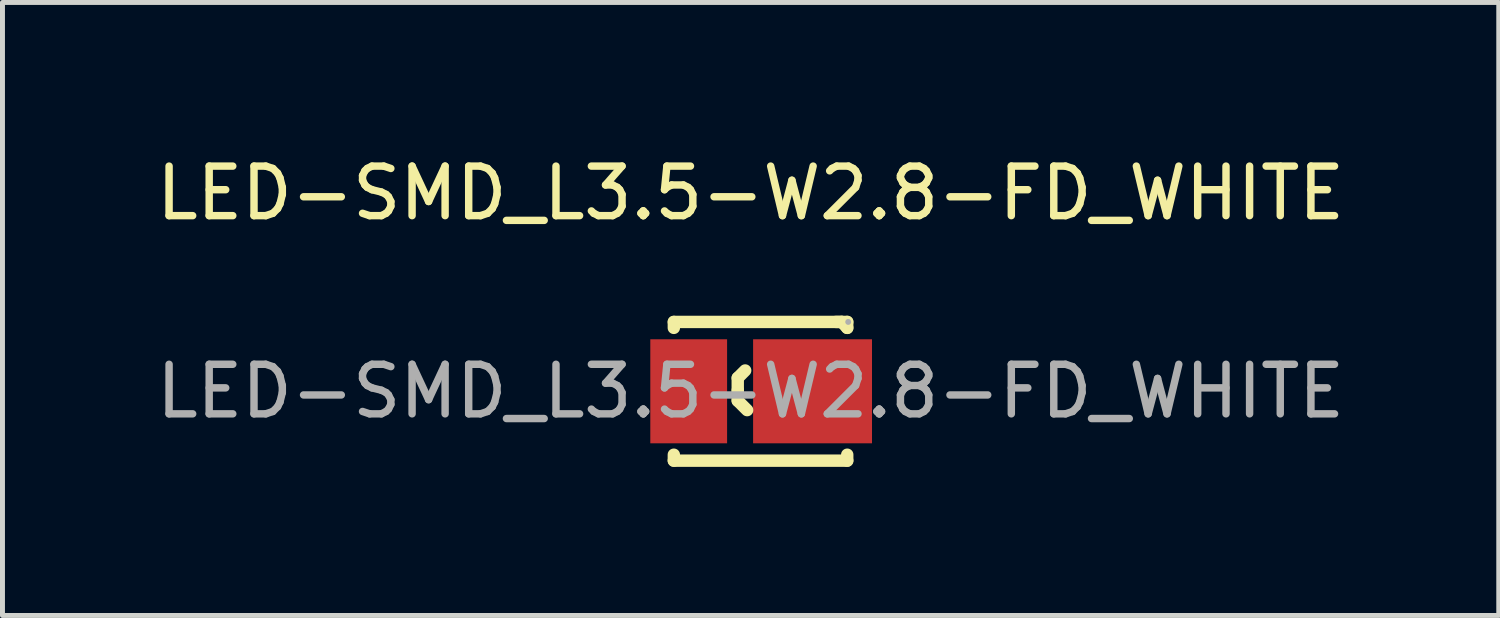
<source format=kicad_pcb>
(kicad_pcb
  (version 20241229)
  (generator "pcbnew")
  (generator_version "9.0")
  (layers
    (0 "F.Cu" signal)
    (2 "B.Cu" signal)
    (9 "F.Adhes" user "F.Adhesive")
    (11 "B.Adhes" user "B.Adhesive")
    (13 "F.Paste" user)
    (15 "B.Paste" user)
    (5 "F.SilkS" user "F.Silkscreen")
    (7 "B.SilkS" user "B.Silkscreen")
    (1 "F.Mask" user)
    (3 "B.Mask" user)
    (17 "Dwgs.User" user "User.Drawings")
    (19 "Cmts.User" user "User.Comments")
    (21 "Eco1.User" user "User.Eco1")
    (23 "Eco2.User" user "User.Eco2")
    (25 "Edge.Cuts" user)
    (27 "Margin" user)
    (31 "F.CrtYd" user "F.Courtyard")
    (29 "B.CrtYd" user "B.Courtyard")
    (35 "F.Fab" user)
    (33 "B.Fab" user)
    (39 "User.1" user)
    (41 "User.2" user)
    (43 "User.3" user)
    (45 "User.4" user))
  (footprint "LED-SMD_L3.5-W2.8-FD_WHITE"
    (layer "F.Cu")
    (at 12.101 4.848)
    (property "Reference" "LED-SMD_L3.5-W2.8-FD_WHITE" (at 0 -4 0) (layer "F.SilkS") (effects (font (size 1 1) (thickness 0.15))))
    (attr smd)
    (fp_line (start -1.55 -1.4) (end -1.55 -1.28) (stroke (width 0.25) (type solid)) (layer "F.SilkS"))
    (fp_line (start -1.55 1.28) (end -1.55 1.4) (stroke (width 0.25) (type solid)) (layer "F.SilkS"))
    (fp_line (start -1.55 1.4) (end 1.95 1.4) (stroke (width 0.25) (type solid)) (layer "F.SilkS"))
    (fp_line (start -0.26 -0.27) (end -0.11 -0.42) (stroke (width 0.25) (type solid)) (layer "F.SilkS"))
    (fp_line (start -0.26 -0.02) (end -0.26 -0.27) (stroke (width 0.25) (type solid)) (layer "F.SilkS"))
    (fp_line (start -0.26 0.19) (end -0.26 -0.02) (stroke (width 0.25) (type solid)) (layer "F.SilkS"))
    (fp_line (start -0.07 0.38) (end -0.26 0.19) (stroke (width 0.25) (type solid)) (layer "F.SilkS"))
    (fp_line (start 1.72 -1.4) (end 1.84 -1.4) (stroke (width 0.25) (type solid)) (layer "F.SilkS"))
    (fp_line (start 1.84 -1.4) (end 1.95 -1.28) (stroke (width 0.25) (type solid)) (layer "F.SilkS"))
    (fp_line (start 1.95 -1.4) (end -1.55 -1.4) (stroke (width 0.25) (type solid)) (layer "F.SilkS"))
    (fp_line (start 1.95 -1.4) (end 1.95 -1.28) (stroke (width 0.25) (type solid)) (layer "F.SilkS"))
    (fp_line (start 1.95 1.28) (end 1.95 1.4) (stroke (width 0.25) (type solid)) (layer "F.SilkS"))
    (fp_circle (center 1.97 -1.4) (end 2 -1.4) (stroke (width 0.06) (type solid)) (fill no) (layer "F.Fab"))
    (fp_text user "${REFERENCE}" (at 0 0 0) (layer "F.Fab") (effects (font (size 1 1) (thickness 0.15))))
    (pad "1" smd rect (at 1.25 0) (size 2.4 2.1) (layers "F.Cu" "F.Mask" "F.Paste"))
    (pad "2" smd rect (at -1.25 0) (size 1.55 2.1) (layers "F.Cu" "F.Mask" "F.Paste")))
  (gr_rect
    (start -3 -3)
    (end 27.202 9.373)
    (stroke (width 0.1) (type default))
    (fill no)
    (layer "Edge.Cuts")))
</source>
